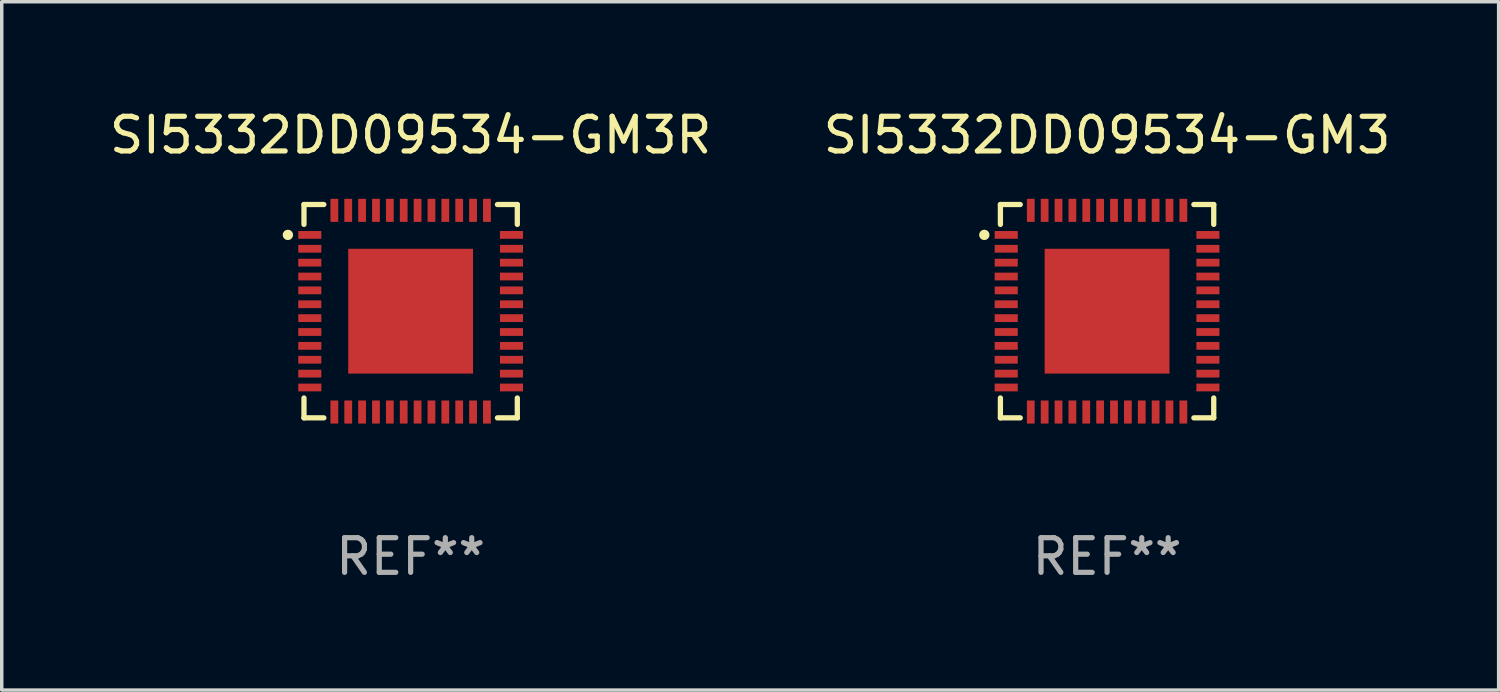
<source format=kicad_pcb>
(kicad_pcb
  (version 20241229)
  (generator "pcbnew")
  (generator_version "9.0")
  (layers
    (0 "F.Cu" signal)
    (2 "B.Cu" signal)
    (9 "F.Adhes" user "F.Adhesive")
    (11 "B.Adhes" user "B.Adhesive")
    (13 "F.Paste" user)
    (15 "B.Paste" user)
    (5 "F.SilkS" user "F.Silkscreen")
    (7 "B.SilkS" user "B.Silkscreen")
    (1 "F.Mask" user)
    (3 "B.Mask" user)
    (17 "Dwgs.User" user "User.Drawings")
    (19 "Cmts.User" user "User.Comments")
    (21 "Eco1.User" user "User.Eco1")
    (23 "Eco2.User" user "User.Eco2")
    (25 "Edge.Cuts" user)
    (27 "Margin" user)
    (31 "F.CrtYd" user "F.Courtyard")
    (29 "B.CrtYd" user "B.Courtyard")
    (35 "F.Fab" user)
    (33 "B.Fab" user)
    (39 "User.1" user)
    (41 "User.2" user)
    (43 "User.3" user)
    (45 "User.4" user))
  (footprint "SI5332DD09534-GM3R"
    (layer "F.Cu")
    (at 8.792 5.924)
    (property "Reference" "SI5332DD09534-GM3R" (at 0 -5.076 0) (layer "F.SilkS") (effects (font (size 1 1) (thickness 0.15))))
    (attr through_hole)
    (fp_line (start -3.076 -3.076) (end -3.076 -2.503) (stroke (width 0.152) (type solid)) (layer "F.SilkS"))
    (fp_line (start -3.076 3.076) (end -3.076 2.503) (stroke (width 0.152) (type solid)) (layer "F.SilkS"))
    (fp_line (start -2.503 -3.076) (end -3.076 -3.076) (stroke (width 0.152) (type solid)) (layer "F.SilkS"))
    (fp_line (start -2.503 3.076) (end -3.076 3.076) (stroke (width 0.152) (type solid)) (layer "F.SilkS"))
    (fp_line (start 2.503 -3.076) (end 3.076 -3.076) (stroke (width 0.152) (type solid)) (layer "F.SilkS"))
    (fp_line (start 2.503 3.076) (end 3.076 3.076) (stroke (width 0.152) (type solid)) (layer "F.SilkS"))
    (fp_line (start 3.076 -3.076) (end 3.076 -2.503) (stroke (width 0.152) (type solid)) (layer "F.SilkS"))
    (fp_line (start 3.076 3.076) (end 3.076 2.503) (stroke (width 0.152) (type solid)) (layer "F.SilkS"))
    (fp_circle (center -3.54 -2.2) (end -3.465 -2.2) (stroke (width 0.15) (type solid)) (fill no) (layer "F.SilkS"))
    (fp_text user "REF**" (at 0 7.076 0) (layer "F.Fab") (effects (font (size 1 1) (thickness 0.15))))
    (pad "1" smd rect (at -2.908 -2.2) (size 0.665 0.224) (layers "F.Cu" "F.Mask" "F.Paste"))
    (pad "2" smd rect (at -2.908 -1.8) (size 0.665 0.224) (layers "F.Cu" "F.Mask" "F.Paste"))
    (pad "3" smd rect (at -2.908 -1.4) (size 0.665 0.224) (layers "F.Cu" "F.Mask" "F.Paste"))
    (pad "4" smd rect (at -2.908 -1) (size 0.665 0.224) (layers "F.Cu" "F.Mask" "F.Paste"))
    (pad "5" smd rect (at -2.908 -0.6) (size 0.665 0.224) (layers "F.Cu" "F.Mask" "F.Paste"))
    (pad "6" smd rect (at -2.908 -0.2) (size 0.665 0.224) (layers "F.Cu" "F.Mask" "F.Paste"))
    (pad "7" smd rect (at -2.908 0.2) (size 0.665 0.224) (layers "F.Cu" "F.Mask" "F.Paste"))
    (pad "8" smd rect (at -2.908 0.6) (size 0.665 0.224) (layers "F.Cu" "F.Mask" "F.Paste"))
    (pad "9" smd rect (at -2.908 1) (size 0.665 0.224) (layers "F.Cu" "F.Mask" "F.Paste"))
    (pad "10" smd rect (at -2.908 1.4) (size 0.665 0.224) (layers "F.Cu" "F.Mask" "F.Paste"))
    (pad "11" smd rect (at -2.908 1.8) (size 0.665 0.224) (layers "F.Cu" "F.Mask" "F.Paste"))
    (pad "12" smd rect (at -2.908 2.2) (size 0.665 0.224) (layers "F.Cu" "F.Mask" "F.Paste"))
    (pad "13" smd rect (at -2.2 2.908) (size 0.224 0.665) (layers "F.Cu" "F.Mask" "F.Paste"))
    (pad "14" smd rect (at -1.8 2.908) (size 0.224 0.665) (layers "F.Cu" "F.Mask" "F.Paste"))
    (pad "15" smd rect (at -1.4 2.908) (size 0.224 0.665) (layers "F.Cu" "F.Mask" "F.Paste"))
    (pad "16" smd rect (at -1 2.908) (size 0.224 0.665) (layers "F.Cu" "F.Mask" "F.Paste"))
    (pad "17" smd rect (at -0.6 2.908) (size 0.224 0.665) (layers "F.Cu" "F.Mask" "F.Paste"))
    (pad "18" smd rect (at -0.2 2.908) (size 0.224 0.665) (layers "F.Cu" "F.Mask" "F.Paste"))
    (pad "19" smd rect (at 0.2 2.908) (size 0.224 0.665) (layers "F.Cu" "F.Mask" "F.Paste"))
    (pad "20" smd rect (at 0.6 2.908) (size 0.224 0.665) (layers "F.Cu" "F.Mask" "F.Paste"))
    (pad "21" smd rect (at 1 2.908) (size 0.224 0.665) (layers "F.Cu" "F.Mask" "F.Paste"))
    (pad "22" smd rect (at 1.4 2.908) (size 0.224 0.665) (layers "F.Cu" "F.Mask" "F.Paste"))
    (pad "23" smd rect (at 1.8 2.908) (size 0.224 0.665) (layers "F.Cu" "F.Mask" "F.Paste"))
    (pad "24" smd rect (at 2.2 2.908) (size 0.224 0.665) (layers "F.Cu" "F.Mask" "F.Paste"))
    (pad "25" smd rect (at 2.908 2.2) (size 0.665 0.224) (layers "F.Cu" "F.Mask" "F.Paste"))
    (pad "26" smd rect (at 2.908 1.8) (size 0.665 0.224) (layers "F.Cu" "F.Mask" "F.Paste"))
    (pad "27" smd rect (at 2.908 1.4) (size 0.665 0.224) (layers "F.Cu" "F.Mask" "F.Paste"))
    (pad "28" smd rect (at 2.908 1) (size 0.665 0.224) (layers "F.Cu" "F.Mask" "F.Paste"))
    (pad "29" smd rect (at 2.908 0.6) (size 0.665 0.224) (layers "F.Cu" "F.Mask" "F.Paste"))
    (pad "30" smd rect (at 2.908 0.2) (size 0.665 0.224) (layers "F.Cu" "F.Mask" "F.Paste"))
    (pad "31" smd rect (at 2.908 -0.2) (size 0.665 0.224) (layers "F.Cu" "F.Mask" "F.Paste"))
    (pad "32" smd rect (at 2.908 -0.6) (size 0.665 0.224) (layers "F.Cu" "F.Mask" "F.Paste"))
    (pad "33" smd rect (at 2.908 -1) (size 0.665 0.224) (layers "F.Cu" "F.Mask" "F.Paste"))
    (pad "34" smd rect (at 2.908 -1.4) (size 0.665 0.224) (layers "F.Cu" "F.Mask" "F.Paste"))
    (pad "35" smd rect (at 2.908 -1.8) (size 0.665 0.224) (layers "F.Cu" "F.Mask" "F.Paste"))
    (pad "36" smd rect (at 2.908 -2.2) (size 0.665 0.224) (layers "F.Cu" "F.Mask" "F.Paste"))
    (pad "37" smd rect (at 2.2 -2.908) (size 0.224 0.665) (layers "F.Cu" "F.Mask" "F.Paste"))
    (pad "38" smd rect (at 1.8 -2.908) (size 0.224 0.665) (layers "F.Cu" "F.Mask" "F.Paste"))
    (pad "39" smd rect (at 1.4 -2.908) (size 0.224 0.665) (layers "F.Cu" "F.Mask" "F.Paste"))
    (pad "40" smd rect (at 1 -2.908) (size 0.224 0.665) (layers "F.Cu" "F.Mask" "F.Paste"))
    (pad "41" smd rect (at 0.6 -2.908) (size 0.224 0.665) (layers "F.Cu" "F.Mask" "F.Paste"))
    (pad "42" smd rect (at 0.2 -2.908) (size 0.224 0.665) (layers "F.Cu" "F.Mask" "F.Paste"))
    (pad "43" smd rect (at -0.2 -2.908) (size 0.224 0.665) (layers "F.Cu" "F.Mask" "F.Paste"))
    (pad "44" smd rect (at -0.6 -2.908) (size 0.224 0.665) (layers "F.Cu" "F.Mask" "F.Paste"))
    (pad "45" smd rect (at -1 -2.908) (size 0.224 0.665) (layers "F.Cu" "F.Mask" "F.Paste"))
    (pad "46" smd rect (at -1.4 -2.908) (size 0.224 0.665) (layers "F.Cu" "F.Mask" "F.Paste"))
    (pad "47" smd rect (at -1.8 -2.908) (size 0.224 0.665) (layers "F.Cu" "F.Mask" "F.Paste"))
    (pad "48" smd rect (at -2.2 -2.908) (size 0.224 0.665) (layers "F.Cu" "F.Mask" "F.Paste"))
    (pad "49" smd rect (at 0 0) (size 3.6 3.6) (layers "F.Cu" "F.Mask" "F.Paste")))
  (footprint "SI5332DD09534-GM3"
    (layer "F.Cu")
    (at 28.875 5.924)
    (property "Reference" "SI5332DD09534-GM3" (at 0 -5.076 0) (layer "F.SilkS") (effects (font (size 1 1) (thickness 0.15))))
    (attr through_hole)
    (fp_line (start -3.076 -3.076) (end -3.076 -2.503) (stroke (width 0.152) (type solid)) (layer "F.SilkS"))
    (fp_line (start -3.076 3.076) (end -3.076 2.503) (stroke (width 0.152) (type solid)) (layer "F.SilkS"))
    (fp_line (start -2.503 -3.076) (end -3.076 -3.076) (stroke (width 0.152) (type solid)) (layer "F.SilkS"))
    (fp_line (start -2.503 3.076) (end -3.076 3.076) (stroke (width 0.152) (type solid)) (layer "F.SilkS"))
    (fp_line (start 2.503 -3.076) (end 3.076 -3.076) (stroke (width 0.152) (type solid)) (layer "F.SilkS"))
    (fp_line (start 2.503 3.076) (end 3.076 3.076) (stroke (width 0.152) (type solid)) (layer "F.SilkS"))
    (fp_line (start 3.076 -3.076) (end 3.076 -2.503) (stroke (width 0.152) (type solid)) (layer "F.SilkS"))
    (fp_line (start 3.076 3.076) (end 3.076 2.503) (stroke (width 0.152) (type solid)) (layer "F.SilkS"))
    (fp_circle (center -3.54 -2.2) (end -3.465 -2.2) (stroke (width 0.15) (type solid)) (fill no) (layer "F.SilkS"))
    (fp_text user "REF**" (at 0 7.076 0) (layer "F.Fab") (effects (font (size 1 1) (thickness 0.15))))
    (pad "1" smd rect (at -2.908 -2.2) (size 0.665 0.224) (layers "F.Cu" "F.Mask" "F.Paste"))
    (pad "2" smd rect (at -2.908 -1.8) (size 0.665 0.224) (layers "F.Cu" "F.Mask" "F.Paste"))
    (pad "3" smd rect (at -2.908 -1.4) (size 0.665 0.224) (layers "F.Cu" "F.Mask" "F.Paste"))
    (pad "4" smd rect (at -2.908 -1) (size 0.665 0.224) (layers "F.Cu" "F.Mask" "F.Paste"))
    (pad "5" smd rect (at -2.908 -0.6) (size 0.665 0.224) (layers "F.Cu" "F.Mask" "F.Paste"))
    (pad "6" smd rect (at -2.908 -0.2) (size 0.665 0.224) (layers "F.Cu" "F.Mask" "F.Paste"))
    (pad "7" smd rect (at -2.908 0.2) (size 0.665 0.224) (layers "F.Cu" "F.Mask" "F.Paste"))
    (pad "8" smd rect (at -2.908 0.6) (size 0.665 0.224) (layers "F.Cu" "F.Mask" "F.Paste"))
    (pad "9" smd rect (at -2.908 1) (size 0.665 0.224) (layers "F.Cu" "F.Mask" "F.Paste"))
    (pad "10" smd rect (at -2.908 1.4) (size 0.665 0.224) (layers "F.Cu" "F.Mask" "F.Paste"))
    (pad "11" smd rect (at -2.908 1.8) (size 0.665 0.224) (layers "F.Cu" "F.Mask" "F.Paste"))
    (pad "12" smd rect (at -2.908 2.2) (size 0.665 0.224) (layers "F.Cu" "F.Mask" "F.Paste"))
    (pad "13" smd rect (at -2.2 2.908) (size 0.224 0.665) (layers "F.Cu" "F.Mask" "F.Paste"))
    (pad "14" smd rect (at -1.8 2.908) (size 0.224 0.665) (layers "F.Cu" "F.Mask" "F.Paste"))
    (pad "15" smd rect (at -1.4 2.908) (size 0.224 0.665) (layers "F.Cu" "F.Mask" "F.Paste"))
    (pad "16" smd rect (at -1 2.908) (size 0.224 0.665) (layers "F.Cu" "F.Mask" "F.Paste"))
    (pad "17" smd rect (at -0.6 2.908) (size 0.224 0.665) (layers "F.Cu" "F.Mask" "F.Paste"))
    (pad "18" smd rect (at -0.2 2.908) (size 0.224 0.665) (layers "F.Cu" "F.Mask" "F.Paste"))
    (pad "19" smd rect (at 0.2 2.908) (size 0.224 0.665) (layers "F.Cu" "F.Mask" "F.Paste"))
    (pad "20" smd rect (at 0.6 2.908) (size 0.224 0.665) (layers "F.Cu" "F.Mask" "F.Paste"))
    (pad "21" smd rect (at 1 2.908) (size 0.224 0.665) (layers "F.Cu" "F.Mask" "F.Paste"))
    (pad "22" smd rect (at 1.4 2.908) (size 0.224 0.665) (layers "F.Cu" "F.Mask" "F.Paste"))
    (pad "23" smd rect (at 1.8 2.908) (size 0.224 0.665) (layers "F.Cu" "F.Mask" "F.Paste"))
    (pad "24" smd rect (at 2.2 2.908) (size 0.224 0.665) (layers "F.Cu" "F.Mask" "F.Paste"))
    (pad "25" smd rect (at 2.908 2.2) (size 0.665 0.224) (layers "F.Cu" "F.Mask" "F.Paste"))
    (pad "26" smd rect (at 2.908 1.8) (size 0.665 0.224) (layers "F.Cu" "F.Mask" "F.Paste"))
    (pad "27" smd rect (at 2.908 1.4) (size 0.665 0.224) (layers "F.Cu" "F.Mask" "F.Paste"))
    (pad "28" smd rect (at 2.908 1) (size 0.665 0.224) (layers "F.Cu" "F.Mask" "F.Paste"))
    (pad "29" smd rect (at 2.908 0.6) (size 0.665 0.224) (layers "F.Cu" "F.Mask" "F.Paste"))
    (pad "30" smd rect (at 2.908 0.2) (size 0.665 0.224) (layers "F.Cu" "F.Mask" "F.Paste"))
    (pad "31" smd rect (at 2.908 -0.2) (size 0.665 0.224) (layers "F.Cu" "F.Mask" "F.Paste"))
    (pad "32" smd rect (at 2.908 -0.6) (size 0.665 0.224) (layers "F.Cu" "F.Mask" "F.Paste"))
    (pad "33" smd rect (at 2.908 -1) (size 0.665 0.224) (layers "F.Cu" "F.Mask" "F.Paste"))
    (pad "34" smd rect (at 2.908 -1.4) (size 0.665 0.224) (layers "F.Cu" "F.Mask" "F.Paste"))
    (pad "35" smd rect (at 2.908 -1.8) (size 0.665 0.224) (layers "F.Cu" "F.Mask" "F.Paste"))
    (pad "36" smd rect (at 2.908 -2.2) (size 0.665 0.224) (layers "F.Cu" "F.Mask" "F.Paste"))
    (pad "37" smd rect (at 2.2 -2.908) (size 0.224 0.665) (layers "F.Cu" "F.Mask" "F.Paste"))
    (pad "38" smd rect (at 1.8 -2.908) (size 0.224 0.665) (layers "F.Cu" "F.Mask" "F.Paste"))
    (pad "39" smd rect (at 1.4 -2.908) (size 0.224 0.665) (layers "F.Cu" "F.Mask" "F.Paste"))
    (pad "40" smd rect (at 1 -2.908) (size 0.224 0.665) (layers "F.Cu" "F.Mask" "F.Paste"))
    (pad "41" smd rect (at 0.6 -2.908) (size 0.224 0.665) (layers "F.Cu" "F.Mask" "F.Paste"))
    (pad "42" smd rect (at 0.2 -2.908) (size 0.224 0.665) (layers "F.Cu" "F.Mask" "F.Paste"))
    (pad "43" smd rect (at -0.2 -2.908) (size 0.224 0.665) (layers "F.Cu" "F.Mask" "F.Paste"))
    (pad "44" smd rect (at -0.6 -2.908) (size 0.224 0.665) (layers "F.Cu" "F.Mask" "F.Paste"))
    (pad "45" smd rect (at -1 -2.908) (size 0.224 0.665) (layers "F.Cu" "F.Mask" "F.Paste"))
    (pad "46" smd rect (at -1.4 -2.908) (size 0.224 0.665) (layers "F.Cu" "F.Mask" "F.Paste"))
    (pad "47" smd rect (at -1.8 -2.908) (size 0.224 0.665) (layers "F.Cu" "F.Mask" "F.Paste"))
    (pad "48" smd rect (at -2.2 -2.908) (size 0.224 0.665) (layers "F.Cu" "F.Mask" "F.Paste"))
    (pad "49" smd rect (at 0 0) (size 3.6 3.6) (layers "F.Cu" "F.Mask" "F.Paste")))
  (gr_rect
    (start -3 -3)
    (end 40.167 16.849)
    (stroke (width 0.1) (type default))
    (fill no)
    (layer "Edge.Cuts")))
</source>
